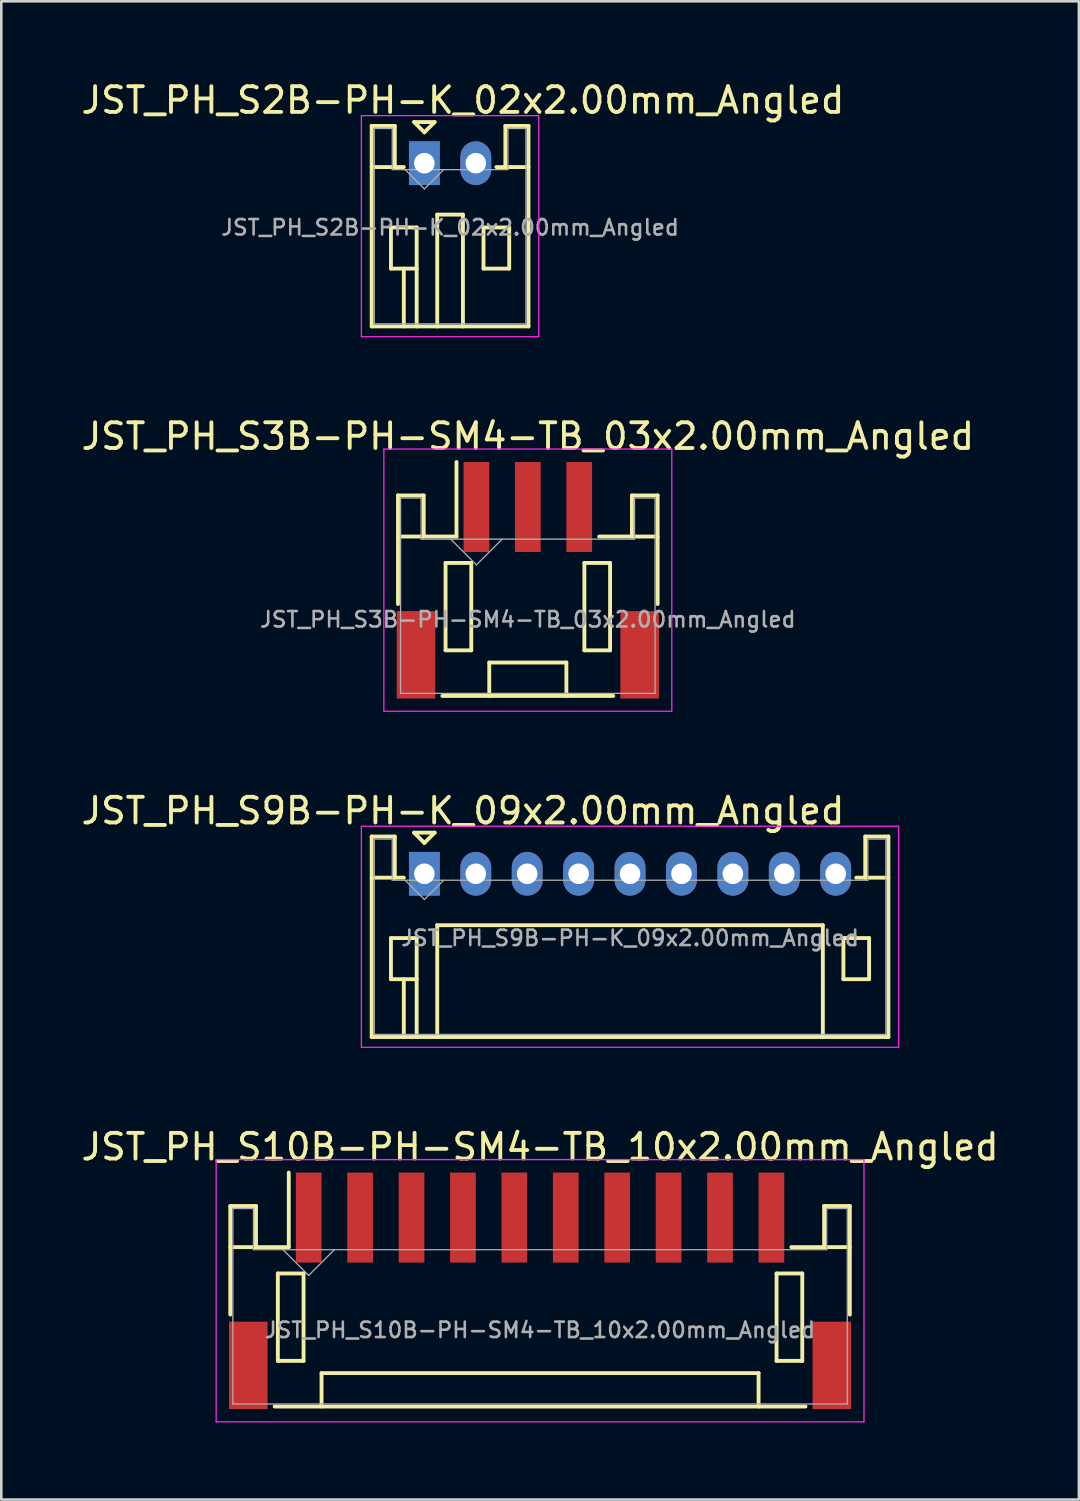
<source format=kicad_pcb>
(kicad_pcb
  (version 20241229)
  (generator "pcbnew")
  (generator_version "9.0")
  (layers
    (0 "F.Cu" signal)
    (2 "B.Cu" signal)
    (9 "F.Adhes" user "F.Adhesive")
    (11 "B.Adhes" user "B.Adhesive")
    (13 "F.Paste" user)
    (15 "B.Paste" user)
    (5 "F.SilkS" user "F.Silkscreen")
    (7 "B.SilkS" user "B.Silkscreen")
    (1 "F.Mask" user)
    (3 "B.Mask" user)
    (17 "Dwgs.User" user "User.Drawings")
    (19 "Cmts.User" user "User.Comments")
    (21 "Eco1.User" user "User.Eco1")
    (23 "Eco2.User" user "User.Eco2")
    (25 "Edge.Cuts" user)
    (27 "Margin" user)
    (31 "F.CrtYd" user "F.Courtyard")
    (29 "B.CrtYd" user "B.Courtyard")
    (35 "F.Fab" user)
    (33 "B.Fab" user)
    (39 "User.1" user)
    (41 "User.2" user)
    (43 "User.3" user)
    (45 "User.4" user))
  (footprint "JST_PH_S2B-PH-K_02x2.00mm_Angled"
    (layer "F.Cu")
    (at 13.458 3.298)
    (property "Reference" "JST_PH_S2B-PH-K_02x2.00mm_Angled" (at 1 2.5 0) (layer "F.Fab") (effects (font (size 0.6 0.6) (thickness 0.1))))
    (attr through_hole)
    (fp_line (start -2.05 -1.45) (end -2.05 6.35) (stroke (width 0.15) (type solid)) (layer "F.SilkS"))
    (fp_line (start -2.05 0.15) (end -1.15 0.15) (stroke (width 0.15) (type solid)) (layer "F.SilkS"))
    (fp_line (start -2.05 6.35) (end 4.05 6.35) (stroke (width 0.15) (type solid)) (layer "F.SilkS"))
    (fp_line (start -1.3 2.5) (end -1.3 4.1) (stroke (width 0.15) (type solid)) (layer "F.SilkS"))
    (fp_line (start -1.3 4.1) (end -0.3 4.1) (stroke (width 0.15) (type solid)) (layer "F.SilkS"))
    (fp_line (start -1.15 -1.45) (end -2.05 -1.45) (stroke (width 0.15) (type solid)) (layer "F.SilkS"))
    (fp_line (start -1.15 0.15) (end -1.15 -1.45) (stroke (width 0.15) (type solid)) (layer "F.SilkS"))
    (fp_line (start -0.8 0.15) (end -1.15 0.15) (stroke (width 0.15) (type solid)) (layer "F.SilkS"))
    (fp_line (start -0.8 4.1) (end -0.8 6.35) (stroke (width 0.15) (type solid)) (layer "F.SilkS"))
    (fp_line (start -0.4 -1.6) (end 0.4 -1.6) (stroke (width 0.15) (type solid)) (layer "F.SilkS"))
    (fp_line (start -0.3 2.5) (end -1.3 2.5) (stroke (width 0.15) (type solid)) (layer "F.SilkS"))
    (fp_line (start -0.3 4.1) (end -0.3 2.5) (stroke (width 0.15) (type solid)) (layer "F.SilkS"))
    (fp_line (start -0.3 4.1) (end -0.3 6.35) (stroke (width 0.15) (type solid)) (layer "F.SilkS"))
    (fp_line (start 0 -1.2) (end -0.4 -1.6) (stroke (width 0.15) (type solid)) (layer "F.SilkS"))
    (fp_line (start 0.4 -1.6) (end 0 -1.2) (stroke (width 0.15) (type solid)) (layer "F.SilkS"))
    (fp_line (start 0.5 2) (end 1.5 2) (stroke (width 0.15) (type solid)) (layer "F.SilkS"))
    (fp_line (start 0.5 6.35) (end 0.5 2) (stroke (width 0.15) (type solid)) (layer "F.SilkS"))
    (fp_line (start 1.5 2) (end 1.5 6.35) (stroke (width 0.15) (type solid)) (layer "F.SilkS"))
    (fp_line (start 2.3 2.5) (end 3.3 2.5) (stroke (width 0.15) (type solid)) (layer "F.SilkS"))
    (fp_line (start 2.3 4.1) (end 2.3 2.5) (stroke (width 0.15) (type solid)) (layer "F.SilkS"))
    (fp_line (start 3.15 -1.45) (end 3.15 0.15) (stroke (width 0.15) (type solid)) (layer "F.SilkS"))
    (fp_line (start 3.15 0.15) (end 2.8 0.15) (stroke (width 0.15) (type solid)) (layer "F.SilkS"))
    (fp_line (start 3.3 2.5) (end 3.3 4.1) (stroke (width 0.15) (type solid)) (layer "F.SilkS"))
    (fp_line (start 3.3 4.1) (end 2.3 4.1) (stroke (width 0.15) (type solid)) (layer "F.SilkS"))
    (fp_line (start 4.05 -1.45) (end 3.15 -1.45) (stroke (width 0.15) (type solid)) (layer "F.SilkS"))
    (fp_line (start 4.05 0.15) (end 3.15 0.15) (stroke (width 0.15) (type solid)) (layer "F.SilkS"))
    (fp_line (start 4.05 6.35) (end 4.05 -1.45) (stroke (width 0.15) (type solid)) (layer "F.SilkS"))
    (fp_line (start -2.45 -1.85) (end -2.45 6.75) (stroke (width 0.05) (type solid)) (layer "F.CrtYd"))
    (fp_line (start -2.45 6.75) (end 4.45 6.75) (stroke (width 0.05) (type solid)) (layer "F.CrtYd"))
    (fp_line (start 4.45 -1.85) (end -2.45 -1.85) (stroke (width 0.05) (type solid)) (layer "F.CrtYd"))
    (fp_line (start 4.45 6.75) (end 4.45 -1.85) (stroke (width 0.05) (type solid)) (layer "F.CrtYd"))
    (fp_line (start -1.95 -1.35) (end -1.95 6.25) (stroke (width 0.05) (type solid)) (layer "F.Fab"))
    (fp_line (start -1.95 6.25) (end 3.95 6.25) (stroke (width 0.05) (type solid)) (layer "F.Fab"))
    (fp_line (start -1.25 -1.35) (end -1.95 -1.35) (stroke (width 0.05) (type solid)) (layer "F.Fab"))
    (fp_line (start -1.25 0.25) (end -1.25 -1.35) (stroke (width 0.05) (type solid)) (layer "F.Fab"))
    (fp_line (start -0.75 0.25) (end 0 1) (stroke (width 0.05) (type solid)) (layer "F.Fab"))
    (fp_line (start 0 1) (end 0.75 0.25) (stroke (width 0.05) (type solid)) (layer "F.Fab"))
    (fp_line (start 3.25 -1.35) (end 3.25 0.25) (stroke (width 0.05) (type solid)) (layer "F.Fab"))
    (fp_line (start 3.25 0.25) (end -1.25 0.25) (stroke (width 0.05) (type solid)) (layer "F.Fab"))
    (fp_line (start 3.95 -1.35) (end 3.25 -1.35) (stroke (width 0.05) (type solid)) (layer "F.Fab"))
    (fp_line (start 3.95 6.25) (end 3.95 -1.35) (stroke (width 0.05) (type solid)) (layer "F.Fab"))
    (fp_text user "${REFERENCE}" (at 1.5 -2.45 0) (layer "F.SilkS") (effects (font (size 1 1) (thickness 0.15))))
    (pad "1" thru_hole rect (at 0 0) (size 1.2 1.7) (drill 0.8) (layers "*.Cu" "*.Mask"))
    (pad "2" thru_hole oval (at 2 0) (size 1.2 1.7) (drill 0.8) (layers "*.Cu" "*.Mask")))
  (footprint "JST_PH_S10B-PH-SM4-TB_10x2.00mm_Angled"
    (layer "F.Cu")
    (at 17.958 47.188)
    (property "Reference" "JST_PH_S10B-PH-SM4-TB_10x2.00mm_Angled" (at 0 1.5 0) (layer "F.Fab") (effects (font (size 0.6 0.6) (thickness 0.1))))
    (attr smd)
    (fp_line (start -12.05 -3.325) (end -12.05 0.9) (stroke (width 0.15) (type solid)) (layer "F.SilkS"))
    (fp_line (start -12.05 -1.725) (end -11.05 -1.725) (stroke (width 0.15) (type solid)) (layer "F.SilkS"))
    (fp_line (start -11.05 -3.325) (end -12.05 -3.325) (stroke (width 0.15) (type solid)) (layer "F.SilkS"))
    (fp_line (start -11.05 -1.725) (end -11.05 -3.325) (stroke (width 0.15) (type solid)) (layer "F.SilkS"))
    (fp_line (start -10.325 4.475) (end 10.325 4.475) (stroke (width 0.15) (type solid)) (layer "F.SilkS"))
    (fp_line (start -10.2 -0.7) (end -10.2 2.7) (stroke (width 0.15) (type solid)) (layer "F.SilkS"))
    (fp_line (start -10.2 2.7) (end -9.2 2.7) (stroke (width 0.15) (type solid)) (layer "F.SilkS"))
    (fp_line (start -9.775 -1.725) (end -11.05 -1.725) (stroke (width 0.15) (type solid)) (layer "F.SilkS"))
    (fp_line (start -9.775 -1.725) (end -9.775 -4.625) (stroke (width 0.15) (type solid)) (layer "F.SilkS"))
    (fp_line (start -9.2 -0.7) (end -10.2 -0.7) (stroke (width 0.15) (type solid)) (layer "F.SilkS"))
    (fp_line (start -9.2 2.7) (end -9.2 -0.7) (stroke (width 0.15) (type solid)) (layer "F.SilkS"))
    (fp_line (start -8.5 3.175) (end 8.5 3.175) (stroke (width 0.15) (type solid)) (layer "F.SilkS"))
    (fp_line (start -8.5 4.475) (end -8.5 3.175) (stroke (width 0.15) (type solid)) (layer "F.SilkS"))
    (fp_line (start 8.5 3.175) (end 8.5 4.475) (stroke (width 0.15) (type solid)) (layer "F.SilkS"))
    (fp_line (start 9.2 -0.7) (end 10.2 -0.7) (stroke (width 0.15) (type solid)) (layer "F.SilkS"))
    (fp_line (start 9.2 2.7) (end 9.2 -0.7) (stroke (width 0.15) (type solid)) (layer "F.SilkS"))
    (fp_line (start 10.2 -0.7) (end 10.2 2.7) (stroke (width 0.15) (type solid)) (layer "F.SilkS"))
    (fp_line (start 10.2 2.7) (end 9.2 2.7) (stroke (width 0.15) (type solid)) (layer "F.SilkS"))
    (fp_line (start 11.05 -3.325) (end 11.05 -1.725) (stroke (width 0.15) (type solid)) (layer "F.SilkS"))
    (fp_line (start 11.05 -1.725) (end 9.775 -1.725) (stroke (width 0.15) (type solid)) (layer "F.SilkS"))
    (fp_line (start 12.05 -3.325) (end 11.05 -3.325) (stroke (width 0.15) (type solid)) (layer "F.SilkS"))
    (fp_line (start 12.05 -1.725) (end 11.05 -1.725) (stroke (width 0.15) (type solid)) (layer "F.SilkS"))
    (fp_line (start 12.05 0.9) (end 12.05 -3.325) (stroke (width 0.15) (type solid)) (layer "F.SilkS"))
    (fp_line (start -12.6 -5.13) (end -12.6 5.07) (stroke (width 0.05) (type solid)) (layer "F.CrtYd"))
    (fp_line (start -12.6 5.07) (end 12.6 5.07) (stroke (width 0.05) (type solid)) (layer "F.CrtYd"))
    (fp_line (start 12.6 -5.13) (end -12.6 -5.13) (stroke (width 0.05) (type solid)) (layer "F.CrtYd"))
    (fp_line (start 12.6 5.07) (end 12.6 -5.13) (stroke (width 0.05) (type solid)) (layer "F.CrtYd"))
    (fp_line (start -11.95 -3.225) (end -11.95 4.375) (stroke (width 0.05) (type solid)) (layer "F.Fab"))
    (fp_line (start -11.95 4.375) (end 11.95 4.375) (stroke (width 0.05) (type solid)) (layer "F.Fab"))
    (fp_line (start -11.15 -3.225) (end -11.95 -3.225) (stroke (width 0.05) (type solid)) (layer "F.Fab"))
    (fp_line (start -11.15 -1.625) (end -11.15 -3.225) (stroke (width 0.05) (type solid)) (layer "F.Fab"))
    (fp_line (start -10 -1.625) (end -9 -0.625) (stroke (width 0.05) (type solid)) (layer "F.Fab"))
    (fp_line (start -9 -0.625) (end -8 -1.625) (stroke (width 0.05) (type solid)) (layer "F.Fab"))
    (fp_line (start 11.15 -3.225) (end 11.15 -1.625) (stroke (width 0.05) (type solid)) (layer "F.Fab"))
    (fp_line (start 11.15 -1.625) (end -11.15 -1.625) (stroke (width 0.05) (type solid)) (layer "F.Fab"))
    (fp_line (start 11.95 -3.225) (end 11.15 -3.225) (stroke (width 0.05) (type solid)) (layer "F.Fab"))
    (fp_line (start 11.95 4.375) (end 11.95 -3.225) (stroke (width 0.05) (type solid)) (layer "F.Fab"))
    (fp_text user "${REFERENCE}" (at 0 -5.625 0) (layer "F.SilkS") (effects (font (size 1 1) (thickness 0.15))))
    (pad "" smd rect (at -11.35 2.875) (size 1.5 3.4) (layers "F.Cu" "F.Mask" "F.Paste"))
    (pad "" smd rect (at 11.35 2.875) (size 1.5 3.4) (layers "F.Cu" "F.Mask" "F.Paste"))
    (pad "1" smd rect (at -9 -2.875) (size 1 3.5) (layers "F.Cu" "F.Mask" "F.Paste"))
    (pad "2" smd rect (at -7 -2.875) (size 1 3.5) (layers "F.Cu" "F.Mask" "F.Paste"))
    (pad "3" smd rect (at -5 -2.875) (size 1 3.5) (layers "F.Cu" "F.Mask" "F.Paste"))
    (pad "4" smd rect (at -3 -2.875) (size 1 3.5) (layers "F.Cu" "F.Mask" "F.Paste"))
    (pad "5" smd rect (at -1 -2.875) (size 1 3.5) (layers "F.Cu" "F.Mask" "F.Paste"))
    (pad "6" smd rect (at 1 -2.875) (size 1 3.5) (layers "F.Cu" "F.Mask" "F.Paste"))
    (pad "7" smd rect (at 3 -2.875) (size 1 3.5) (layers "F.Cu" "F.Mask" "F.Paste"))
    (pad "8" smd rect (at 5 -2.875) (size 1 3.5) (layers "F.Cu" "F.Mask" "F.Paste"))
    (pad "9" smd rect (at 7 -2.875) (size 1 3.5) (layers "F.Cu" "F.Mask" "F.Paste"))
    (pad "10" smd rect (at 9 -2.875) (size 1 3.5) (layers "F.Cu" "F.Mask" "F.Paste")))
  (footprint "JST_PH_S3B-PH-SM4-TB_03x2.00mm_Angled"
    (layer "F.Cu")
    (at 17.482 19.547)
    (property "Reference" "JST_PH_S3B-PH-SM4-TB_03x2.00mm_Angled" (at 0 1.5 0) (layer "F.Fab") (effects (font (size 0.6 0.6) (thickness 0.1))))
    (attr smd)
    (fp_line (start -5.05 -3.325) (end -5.05 0.9) (stroke (width 0.15) (type solid)) (layer "F.SilkS"))
    (fp_line (start -5.05 -1.725) (end -4.05 -1.725) (stroke (width 0.15) (type solid)) (layer "F.SilkS"))
    (fp_line (start -4.05 -3.325) (end -5.05 -3.325) (stroke (width 0.15) (type solid)) (layer "F.SilkS"))
    (fp_line (start -4.05 -1.725) (end -4.05 -3.325) (stroke (width 0.15) (type solid)) (layer "F.SilkS"))
    (fp_line (start -3.325 4.475) (end 3.325 4.475) (stroke (width 0.15) (type solid)) (layer "F.SilkS"))
    (fp_line (start -3.2 -0.7) (end -3.2 2.7) (stroke (width 0.15) (type solid)) (layer "F.SilkS"))
    (fp_line (start -3.2 2.7) (end -2.2 2.7) (stroke (width 0.15) (type solid)) (layer "F.SilkS"))
    (fp_line (start -2.775 -1.725) (end -4.05 -1.725) (stroke (width 0.15) (type solid)) (layer "F.SilkS"))
    (fp_line (start -2.775 -1.725) (end -2.775 -4.625) (stroke (width 0.15) (type solid)) (layer "F.SilkS"))
    (fp_line (start -2.2 -0.7) (end -3.2 -0.7) (stroke (width 0.15) (type solid)) (layer "F.SilkS"))
    (fp_line (start -2.2 2.7) (end -2.2 -0.7) (stroke (width 0.15) (type solid)) (layer "F.SilkS"))
    (fp_line (start -1.5 3.175) (end 1.5 3.175) (stroke (width 0.15) (type solid)) (layer "F.SilkS"))
    (fp_line (start -1.5 4.475) (end -1.5 3.175) (stroke (width 0.15) (type solid)) (layer "F.SilkS"))
    (fp_line (start 1.5 3.175) (end 1.5 4.475) (stroke (width 0.15) (type solid)) (layer "F.SilkS"))
    (fp_line (start 2.2 -0.7) (end 3.2 -0.7) (stroke (width 0.15) (type solid)) (layer "F.SilkS"))
    (fp_line (start 2.2 2.7) (end 2.2 -0.7) (stroke (width 0.15) (type solid)) (layer "F.SilkS"))
    (fp_line (start 3.2 -0.7) (end 3.2 2.7) (stroke (width 0.15) (type solid)) (layer "F.SilkS"))
    (fp_line (start 3.2 2.7) (end 2.2 2.7) (stroke (width 0.15) (type solid)) (layer "F.SilkS"))
    (fp_line (start 4.05 -3.325) (end 4.05 -1.725) (stroke (width 0.15) (type solid)) (layer "F.SilkS"))
    (fp_line (start 4.05 -1.725) (end 2.775 -1.725) (stroke (width 0.15) (type solid)) (layer "F.SilkS"))
    (fp_line (start 5.05 -3.325) (end 4.05 -3.325) (stroke (width 0.15) (type solid)) (layer "F.SilkS"))
    (fp_line (start 5.05 -1.725) (end 4.05 -1.725) (stroke (width 0.15) (type solid)) (layer "F.SilkS"))
    (fp_line (start 5.05 0.9) (end 5.05 -3.325) (stroke (width 0.15) (type solid)) (layer "F.SilkS"))
    (fp_line (start -5.6 -5.13) (end -5.6 5.07) (stroke (width 0.05) (type solid)) (layer "F.CrtYd"))
    (fp_line (start -5.6 5.07) (end 5.6 5.07) (stroke (width 0.05) (type solid)) (layer "F.CrtYd"))
    (fp_line (start 5.6 -5.13) (end -5.6 -5.13) (stroke (width 0.05) (type solid)) (layer "F.CrtYd"))
    (fp_line (start 5.6 5.07) (end 5.6 -5.13) (stroke (width 0.05) (type solid)) (layer "F.CrtYd"))
    (fp_line (start -4.95 -3.225) (end -4.95 4.375) (stroke (width 0.05) (type solid)) (layer "F.Fab"))
    (fp_line (start -4.95 4.375) (end 4.95 4.375) (stroke (width 0.05) (type solid)) (layer "F.Fab"))
    (fp_line (start -4.15 -3.225) (end -4.95 -3.225) (stroke (width 0.05) (type solid)) (layer "F.Fab"))
    (fp_line (start -4.15 -1.625) (end -4.15 -3.225) (stroke (width 0.05) (type solid)) (layer "F.Fab"))
    (fp_line (start -3 -1.625) (end -2 -0.625) (stroke (width 0.05) (type solid)) (layer "F.Fab"))
    (fp_line (start -2 -0.625) (end -1 -1.625) (stroke (width 0.05) (type solid)) (layer "F.Fab"))
    (fp_line (start 4.15 -3.225) (end 4.15 -1.625) (stroke (width 0.05) (type solid)) (layer "F.Fab"))
    (fp_line (start 4.15 -1.625) (end -4.15 -1.625) (stroke (width 0.05) (type solid)) (layer "F.Fab"))
    (fp_line (start 4.95 -3.225) (end 4.15 -3.225) (stroke (width 0.05) (type solid)) (layer "F.Fab"))
    (fp_line (start 4.95 4.375) (end 4.95 -3.225) (stroke (width 0.05) (type solid)) (layer "F.Fab"))
    (fp_text user "${REFERENCE}" (at 0 -5.625 0) (layer "F.SilkS") (effects (font (size 1 1) (thickness 0.15))))
    (pad "" smd rect (at -4.35 2.875) (size 1.5 3.4) (layers "F.Cu" "F.Mask" "F.Paste"))
    (pad "" smd rect (at 4.35 2.875) (size 1.5 3.4) (layers "F.Cu" "F.Mask" "F.Paste"))
    (pad "1" smd rect (at -2 -2.875) (size 1 3.5) (layers "F.Cu" "F.Mask" "F.Paste"))
    (pad "2" smd rect (at 0 -2.875) (size 1 3.5) (layers "F.Cu" "F.Mask" "F.Paste"))
    (pad "3" smd rect (at 2 -2.875) (size 1 3.5) (layers "F.Cu" "F.Mask" "F.Paste")))
  (footprint "JST_PH_S9B-PH-K_09x2.00mm_Angled"
    (layer "F.Cu")
    (at 13.458 30.94)
    (property "Reference" "JST_PH_S9B-PH-K_09x2.00mm_Angled" (at 8 2.5 0) (layer "F.Fab") (effects (font (size 0.6 0.6) (thickness 0.1))))
    (attr through_hole)
    (fp_line (start -2.05 -1.45) (end -2.05 6.35) (stroke (width 0.15) (type solid)) (layer "F.SilkS"))
    (fp_line (start -2.05 0.15) (end -1.15 0.15) (stroke (width 0.15) (type solid)) (layer "F.SilkS"))
    (fp_line (start -2.05 6.35) (end 18.05 6.35) (stroke (width 0.15) (type solid)) (layer "F.SilkS"))
    (fp_line (start -1.3 2.5) (end -1.3 4.1) (stroke (width 0.15) (type solid)) (layer "F.SilkS"))
    (fp_line (start -1.3 4.1) (end -0.3 4.1) (stroke (width 0.15) (type solid)) (layer "F.SilkS"))
    (fp_line (start -1.15 -1.45) (end -2.05 -1.45) (stroke (width 0.15) (type solid)) (layer "F.SilkS"))
    (fp_line (start -1.15 0.15) (end -1.15 -1.45) (stroke (width 0.15) (type solid)) (layer "F.SilkS"))
    (fp_line (start -0.8 0.15) (end -1.15 0.15) (stroke (width 0.15) (type solid)) (layer "F.SilkS"))
    (fp_line (start -0.8 4.1) (end -0.8 6.35) (stroke (width 0.15) (type solid)) (layer "F.SilkS"))
    (fp_line (start -0.4 -1.6) (end 0.4 -1.6) (stroke (width 0.15) (type solid)) (layer "F.SilkS"))
    (fp_line (start -0.3 2.5) (end -1.3 2.5) (stroke (width 0.15) (type solid)) (layer "F.SilkS"))
    (fp_line (start -0.3 4.1) (end -0.3 2.5) (stroke (width 0.15) (type solid)) (layer "F.SilkS"))
    (fp_line (start -0.3 4.1) (end -0.3 6.35) (stroke (width 0.15) (type solid)) (layer "F.SilkS"))
    (fp_line (start 0 -1.2) (end -0.4 -1.6) (stroke (width 0.15) (type solid)) (layer "F.SilkS"))
    (fp_line (start 0.4 -1.6) (end 0 -1.2) (stroke (width 0.15) (type solid)) (layer "F.SilkS"))
    (fp_line (start 0.5 2) (end 15.5 2) (stroke (width 0.15) (type solid)) (layer "F.SilkS"))
    (fp_line (start 0.5 6.35) (end 0.5 2) (stroke (width 0.15) (type solid)) (layer "F.SilkS"))
    (fp_line (start 15.5 2) (end 15.5 6.35) (stroke (width 0.15) (type solid)) (layer "F.SilkS"))
    (fp_line (start 16.3 2.5) (end 17.3 2.5) (stroke (width 0.15) (type solid)) (layer "F.SilkS"))
    (fp_line (start 16.3 4.1) (end 16.3 2.5) (stroke (width 0.15) (type solid)) (layer "F.SilkS"))
    (fp_line (start 17.15 -1.45) (end 17.15 0.15) (stroke (width 0.15) (type solid)) (layer "F.SilkS"))
    (fp_line (start 17.15 0.15) (end 16.8 0.15) (stroke (width 0.15) (type solid)) (layer "F.SilkS"))
    (fp_line (start 17.3 2.5) (end 17.3 4.1) (stroke (width 0.15) (type solid)) (layer "F.SilkS"))
    (fp_line (start 17.3 4.1) (end 16.3 4.1) (stroke (width 0.15) (type solid)) (layer "F.SilkS"))
    (fp_line (start 18.05 -1.45) (end 17.15 -1.45) (stroke (width 0.15) (type solid)) (layer "F.SilkS"))
    (fp_line (start 18.05 0.15) (end 17.15 0.15) (stroke (width 0.15) (type solid)) (layer "F.SilkS"))
    (fp_line (start 18.05 6.35) (end 18.05 -1.45) (stroke (width 0.15) (type solid)) (layer "F.SilkS"))
    (fp_line (start -2.45 -1.85) (end -2.45 6.75) (stroke (width 0.05) (type solid)) (layer "F.CrtYd"))
    (fp_line (start -2.45 6.75) (end 18.45 6.75) (stroke (width 0.05) (type solid)) (layer "F.CrtYd"))
    (fp_line (start 18.45 -1.85) (end -2.45 -1.85) (stroke (width 0.05) (type solid)) (layer "F.CrtYd"))
    (fp_line (start 18.45 6.75) (end 18.45 -1.85) (stroke (width 0.05) (type solid)) (layer "F.CrtYd"))
    (fp_line (start -1.95 -1.35) (end -1.95 6.25) (stroke (width 0.05) (type solid)) (layer "F.Fab"))
    (fp_line (start -1.95 6.25) (end 17.95 6.25) (stroke (width 0.05) (type solid)) (layer "F.Fab"))
    (fp_line (start -1.25 -1.35) (end -1.95 -1.35) (stroke (width 0.05) (type solid)) (layer "F.Fab"))
    (fp_line (start -1.25 0.25) (end -1.25 -1.35) (stroke (width 0.05) (type solid)) (layer "F.Fab"))
    (fp_line (start -0.75 0.25) (end 0 1) (stroke (width 0.05) (type solid)) (layer "F.Fab"))
    (fp_line (start 0 1) (end 0.75 0.25) (stroke (width 0.05) (type solid)) (layer "F.Fab"))
    (fp_line (start 17.25 -1.35) (end 17.25 0.25) (stroke (width 0.05) (type solid)) (layer "F.Fab"))
    (fp_line (start 17.25 0.25) (end -1.25 0.25) (stroke (width 0.05) (type solid)) (layer "F.Fab"))
    (fp_line (start 17.95 -1.35) (end 17.25 -1.35) (stroke (width 0.05) (type solid)) (layer "F.Fab"))
    (fp_line (start 17.95 6.25) (end 17.95 -1.35) (stroke (width 0.05) (type solid)) (layer "F.Fab"))
    (fp_text user "${REFERENCE}" (at 1.5 -2.45 0) (layer "F.SilkS") (effects (font (size 1 1) (thickness 0.15))))
    (pad "1" thru_hole rect (at 0 0) (size 1.2 1.7) (drill 0.8) (layers "*.Cu" "*.Mask"))
    (pad "2" thru_hole oval (at 2 0) (size 1.2 1.7) (drill 0.8) (layers "*.Cu" "*.Mask"))
    (pad "3" thru_hole oval (at 4 0) (size 1.2 1.7) (drill 0.8) (layers "*.Cu" "*.Mask"))
    (pad "4" thru_hole oval (at 6 0) (size 1.2 1.7) (drill 0.8) (layers "*.Cu" "*.Mask"))
    (pad "5" thru_hole oval (at 8 0) (size 1.2 1.7) (drill 0.8) (layers "*.Cu" "*.Mask"))
    (pad "6" thru_hole oval (at 10 0) (size 1.2 1.7) (drill 0.8) (layers "*.Cu" "*.Mask"))
    (pad "7" thru_hole oval (at 12 0) (size 1.2 1.7) (drill 0.8) (layers "*.Cu" "*.Mask"))
    (pad "8" thru_hole oval (at 14 0) (size 1.2 1.7) (drill 0.8) (layers "*.Cu" "*.Mask"))
    (pad "9" thru_hole oval (at 16 0) (size 1.2 1.7) (drill 0.8) (layers "*.Cu" "*.Mask")))
  (gr_rect
    (start -3 -3)
    (end 38.917 55.283)
    (stroke (width 0.1) (type default))
    (fill no)
    (layer "Edge.Cuts")))
</source>
